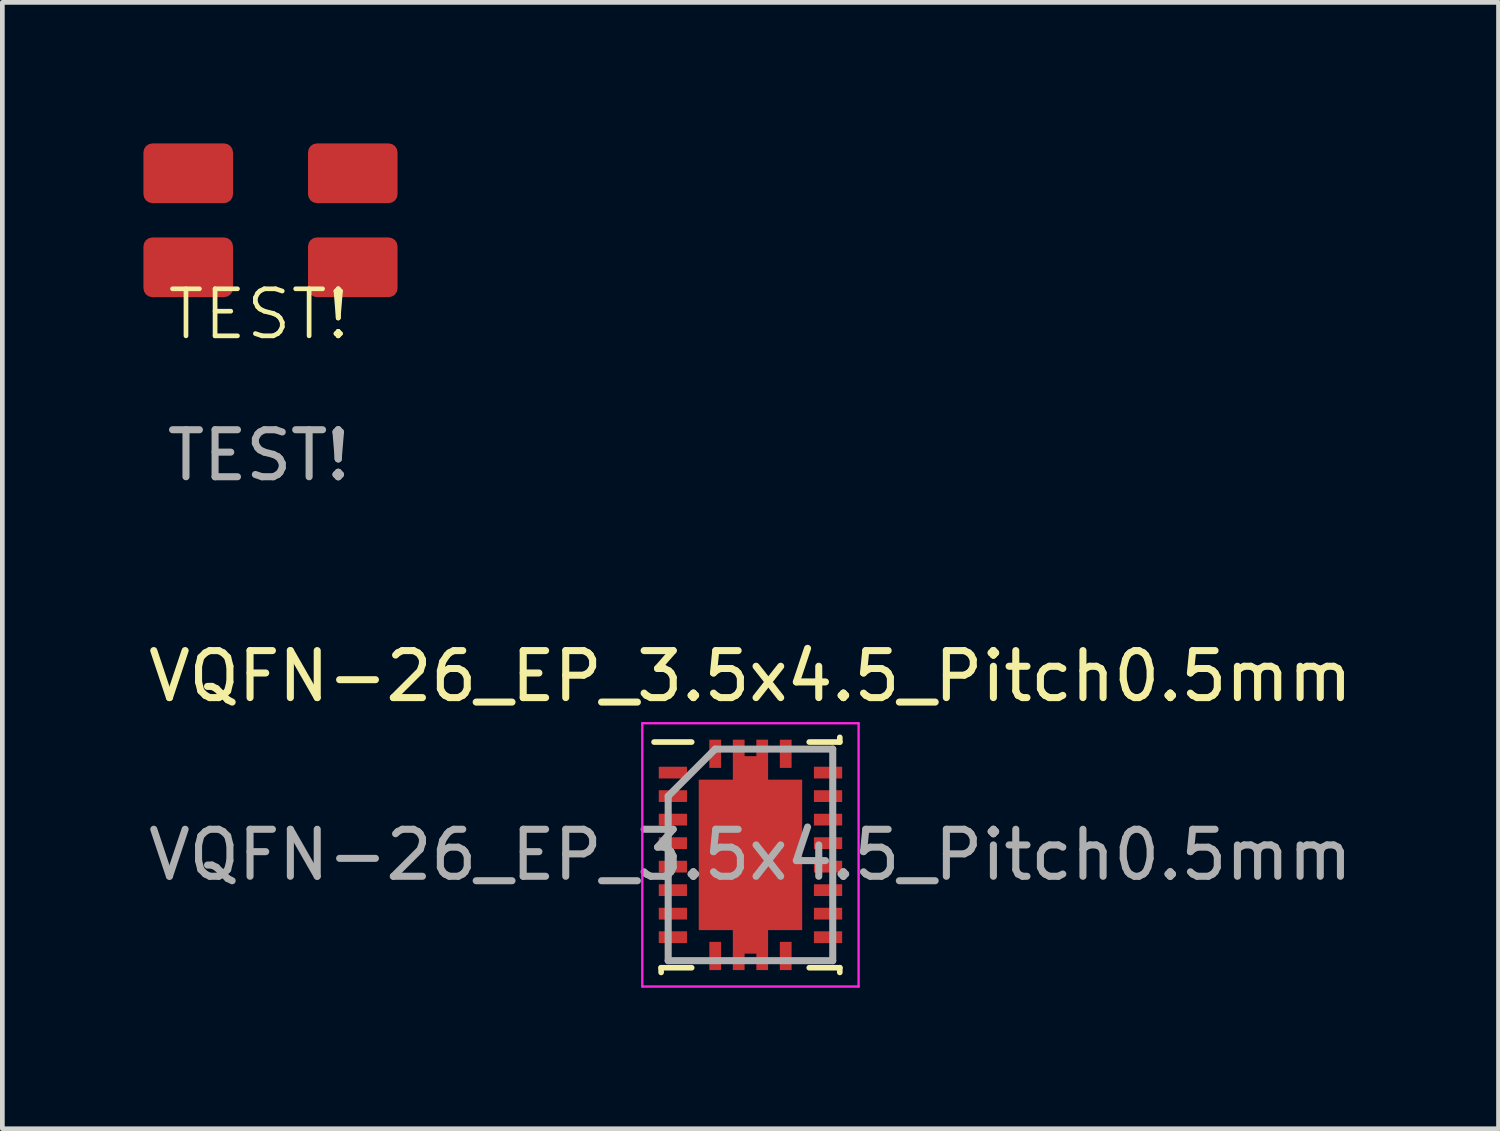
<source format=kicad_pcb>
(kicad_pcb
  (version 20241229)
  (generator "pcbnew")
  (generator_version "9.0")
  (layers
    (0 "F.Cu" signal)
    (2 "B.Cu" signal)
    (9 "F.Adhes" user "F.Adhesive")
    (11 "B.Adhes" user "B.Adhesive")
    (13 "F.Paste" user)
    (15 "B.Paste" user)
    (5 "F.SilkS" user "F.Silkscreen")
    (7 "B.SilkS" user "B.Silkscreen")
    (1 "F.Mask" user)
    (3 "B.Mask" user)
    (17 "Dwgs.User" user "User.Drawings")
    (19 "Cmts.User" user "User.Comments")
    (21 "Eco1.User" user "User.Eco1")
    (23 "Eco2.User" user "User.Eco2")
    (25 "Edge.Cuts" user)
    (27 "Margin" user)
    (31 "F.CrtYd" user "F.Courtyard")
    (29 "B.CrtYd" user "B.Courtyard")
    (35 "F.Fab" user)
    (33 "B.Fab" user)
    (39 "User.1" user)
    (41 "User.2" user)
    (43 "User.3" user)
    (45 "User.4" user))
  (footprint "VQFN-26_EP_3.5x4.5_Pitch0.5mm"
    (layer "F.Cu")
    (at 12.911 15.132)
    (property "Reference" "VQFN-26_EP_3.5x4.5_Pitch0.5mm" (at 0 -3.8 0) (layer "F.SilkS") (effects (font (size 1 1) (thickness 0.15))))
    (attr smd)
    (fp_line (start -1.9 2.4) (end -1.9 2.5) (stroke (width 0.12) (type default)) (layer "F.SilkS"))
    (fp_line (start -1.25 -2.4) (end -2.05 -2.4) (stroke (width 0.12) (type default)) (layer "F.SilkS"))
    (fp_line (start -1.25 2.4) (end -1.9 2.4) (stroke (width 0.12) (type default)) (layer "F.SilkS"))
    (fp_line (start 1.25 -2.4) (end 1.9 -2.4) (stroke (width 0.12) (type default)) (layer "F.SilkS"))
    (fp_line (start 1.25 2.4) (end 1.9 2.4) (stroke (width 0.12) (type default)) (layer "F.SilkS"))
    (fp_line (start 1.9 -2.4) (end 1.9 -2.5) (stroke (width 0.12) (type default)) (layer "F.SilkS"))
    (fp_line (start 1.9 2.4) (end 1.9 2.5) (stroke (width 0.12) (type default)) (layer "F.SilkS"))
    (fp_line (start -2.3 -2.8) (end 2.3 -2.8) (stroke (width 0.05) (type default)) (layer "F.CrtYd"))
    (fp_line (start -2.3 2.8) (end -2.3 -2.8) (stroke (width 0.05) (type default)) (layer "F.CrtYd"))
    (fp_line (start 2.3 -2.8) (end 2.3 2.8) (stroke (width 0.05) (type default)) (layer "F.CrtYd"))
    (fp_line (start 2.3 2.8) (end -2.3 2.8) (stroke (width 0.05) (type default)) (layer "F.CrtYd"))
    (fp_line (start -1.75 -1.25) (end -1.75 2.25) (stroke (width 0.15) (type default)) (layer "F.Fab"))
    (fp_line (start -1.75 2.25) (end 1.75 2.25) (stroke (width 0.15) (type default)) (layer "F.Fab"))
    (fp_line (start -0.75 -2.25) (end -1.75 -1.25) (stroke (width 0.15) (type default)) (layer "F.Fab"))
    (fp_line (start 1.75 -2.25) (end -0.75 -2.25) (stroke (width 0.15) (type default)) (layer "F.Fab"))
    (fp_line (start 1.75 2.25) (end 1.75 -2.25) (stroke (width 0.15) (type default)) (layer "F.Fab"))
    (fp_text user "${REFERENCE}" (at 0 0 0) (layer "F.Fab") (effects (font (size 1 1) (thickness 0.15))))
    (pad "" smd rect (at -0.825 -1.2) (size 0.000001 0.25) (layers "F.Paste"))
    (pad "" smd rect (at -0.825 -0.4) (size 0.000001 0.25) (layers "F.Paste"))
    (pad "" smd rect (at -0.825 0.4) (size 0.000001 0.25) (layers "F.Paste"))
    (pad "" smd rect (at -0.825 1.2) (size 0.000001 0.25) (layers "F.Paste"))
    (pad "" smd rect (at -0.275 -1.2) (size 0.000001 0.25) (layers "F.Paste"))
    (pad "" smd rect (at -0.275 -0.4) (size 0.000001 0.25) (layers "F.Paste"))
    (pad "" smd rect (at -0.275 0.4) (size 0.000001 0.25) (layers "F.Paste"))
    (pad "" smd rect (at -0.275 1.2) (size 0.000001 0.25) (layers "F.Paste"))
    (pad "" smd rect (at 0.275 -1.2) (size 0.000001 0.25) (layers "F.Paste"))
    (pad "" smd rect (at 0.275 -0.4) (size 0.000001 0.25) (layers "F.Paste"))
    (pad "" smd rect (at 0.275 0.4) (size 0.000001 0.25) (layers "F.Paste"))
    (pad "" smd rect (at 0.275 1.2) (size 0.000001 0.25) (layers "F.Paste"))
    (pad "" smd rect (at 0.825 -1.2) (size 0.000001 0.25) (layers "F.Paste"))
    (pad "" smd rect (at 0.825 -0.4) (size 0.000001 0.25) (layers "F.Paste"))
    (pad "" smd rect (at 0.825 0.4) (size 0.000001 0.25) (layers "F.Paste"))
    (pad "" smd rect (at 0.825 1.2) (size 0.000001 0.25) (layers "F.Paste"))
    (pad "1" smd rect (at -0.75 -2.15) (size 0.25 0.6) (layers "F.Cu" "F.Mask" "F.Paste"))
    (pad "2" smd rect (at -1.65 -1.75 90) (size 0.25 0.6) (layers "F.Cu" "F.Mask" "F.Paste"))
    (pad "3" smd rect (at -1.65 -1.25 90) (size 0.25 0.6) (layers "F.Cu" "F.Mask" "F.Paste"))
    (pad "4" smd rect (at -1.65 -0.75 90) (size 0.25 0.6) (layers "F.Cu" "F.Mask" "F.Paste"))
    (pad "5" smd rect (at -1.65 -0.25 90) (size 0.25 0.6) (layers "F.Cu" "F.Mask" "F.Paste"))
    (pad "6" smd rect (at -1.65 0.25 90) (size 0.25 0.6) (layers "F.Cu" "F.Mask" "F.Paste"))
    (pad "7" smd rect (at -1.65 0.75 90) (size 0.25 0.6) (layers "F.Cu" "F.Mask" "F.Paste"))
    (pad "8" smd rect (at -1.65 1.25 90) (size 0.25 0.6) (layers "F.Cu" "F.Mask" "F.Paste"))
    (pad "9" smd rect (at -1.65 1.75 90) (size 0.25 0.6) (layers "F.Cu" "F.Mask" "F.Paste"))
    (pad "10" smd rect (at -0.75 2.15) (size 0.25 0.6) (layers "F.Cu" "F.Mask" "F.Paste"))
    (pad "11" smd rect (at 0.75 2.15) (size 0.25 0.6) (layers "F.Cu" "F.Mask" "F.Paste"))
    (pad "12" smd rect (at 1.65 1.75 90) (size 0.25 0.6) (layers "F.Cu" "F.Mask" "F.Paste"))
    (pad "13" smd rect (at 1.65 1.25 90) (size 0.25 0.6) (layers "F.Cu" "F.Mask" "F.Paste"))
    (pad "14" smd rect (at 1.65 0.75 90) (size 0.25 0.6) (layers "F.Cu" "F.Mask" "F.Paste"))
    (pad "15" smd rect (at 1.65 0.25 90) (size 0.25 0.6) (layers "F.Cu" "F.Mask" "F.Paste"))
    (pad "16" smd rect (at 1.65 -0.25 90) (size 0.25 0.6) (layers "F.Cu" "F.Mask" "F.Paste"))
    (pad "17" smd rect (at 1.65 -0.75 90) (size 0.25 0.6) (layers "F.Cu" "F.Mask" "F.Paste"))
    (pad "18" smd rect (at 1.65 -1.25 90) (size 0.25 0.6) (layers "F.Cu" "F.Mask" "F.Paste"))
    (pad "19" smd rect (at 1.65 -1.75 90) (size 0.25 0.6) (layers "F.Cu" "F.Mask" "F.Paste"))
    (pad "20" smd rect (at 0.75 -2.15) (size 0.25 0.6) (layers "F.Cu" "F.Mask" "F.Paste"))
    (pad "21" smd custom (at 0 0) (size 2.2 3.2) (layers "F.Cu" "F.Mask") (options (anchor rect)) (primitives (gr_poly (pts (xy -0.375 2.45) (xy -0.125 2.45) (xy -0.125 2.1) (xy 0.125 2.1) (xy 0.125 2.45) (xy 0.375 2.45) (xy 0.375 1.5) (xy -0.375 1.5)) (width 0) (fill yes)) (gr_poly (pts (xy -0.375 -2.45) (xy -0.125 -2.45) (xy -0.125 -2.1) (xy 0.125 -2.1) (xy 0.125 -2.45) (xy 0.375 -2.45) (xy 0.375 -1.5) (xy -0.375 -1.5)) (width 0) (fill yes)))))
  (footprint "TEST!"
    (layer "F.Cu")
    (at 2.453 4.135)
    (property "Reference" "TEST!" (at 0 -0.5 0) (unlocked yes) (layer "F.SilkS") (effects (font (size 1 1) (thickness 0.1))))
    (attr smd)
    (fp_text user "${REFERENCE}" (at 0 2.5 0) (unlocked yes) (layer "F.Fab") (effects (font (size 1 1) (thickness 0.15))))
    (pad "1" smd roundrect (at -1.5 -3.5) (size 1.905 1.27) (layers "F.Cu" "F.Mask" "F.Paste") (roundrect_rratio 0.15))
    (pad "2" smd roundrect (at 2 -3.5) (size 1.905 1.27) (layers "F.Cu" "F.Mask" "F.Paste") (roundrect_rratio 0.15))
    (pad "3" smd roundrect (at 2 -1.5) (size 1.905 1.27) (layers "F.Cu" "F.Mask" "F.Paste") (roundrect_rratio 0.15))
    (pad "4" smd roundrect (at -1.5 -1.5) (size 1.905 1.27) (layers "F.Cu" "F.Mask" "F.Paste") (roundrect_rratio 0.15)))
  (gr_rect
    (start -3 -3)
    (end 28.821 20.956)
    (stroke (width 0.1) (type default))
    (fill no)
    (layer "Edge.Cuts")))
</source>
